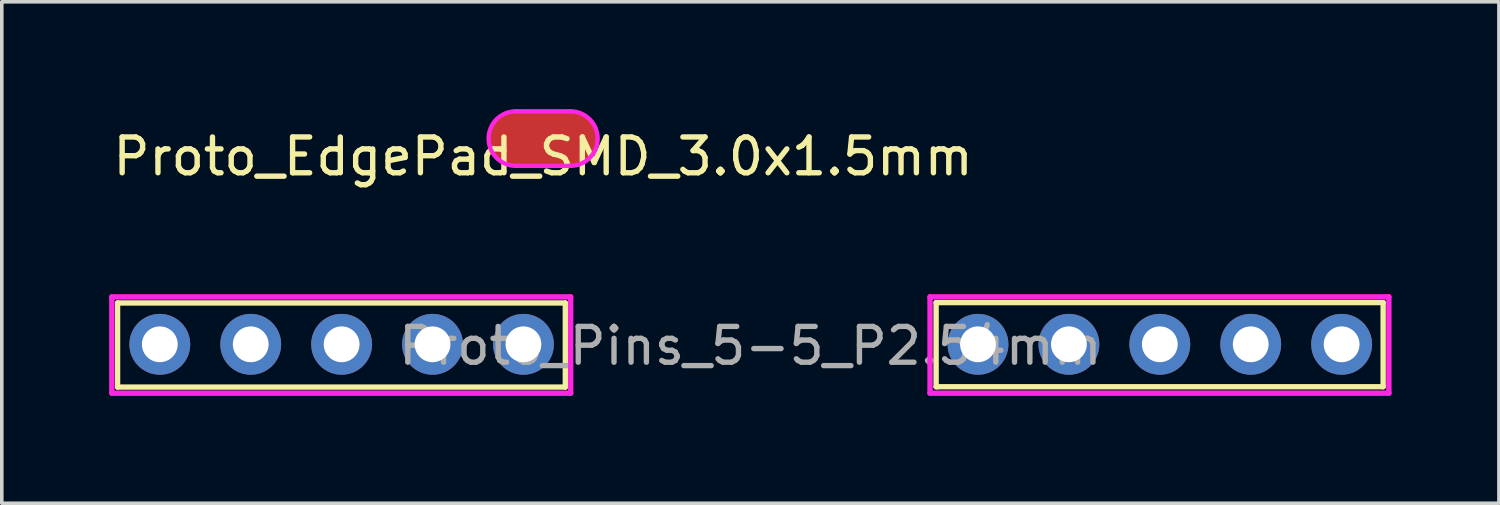
<source format=kicad_pcb>
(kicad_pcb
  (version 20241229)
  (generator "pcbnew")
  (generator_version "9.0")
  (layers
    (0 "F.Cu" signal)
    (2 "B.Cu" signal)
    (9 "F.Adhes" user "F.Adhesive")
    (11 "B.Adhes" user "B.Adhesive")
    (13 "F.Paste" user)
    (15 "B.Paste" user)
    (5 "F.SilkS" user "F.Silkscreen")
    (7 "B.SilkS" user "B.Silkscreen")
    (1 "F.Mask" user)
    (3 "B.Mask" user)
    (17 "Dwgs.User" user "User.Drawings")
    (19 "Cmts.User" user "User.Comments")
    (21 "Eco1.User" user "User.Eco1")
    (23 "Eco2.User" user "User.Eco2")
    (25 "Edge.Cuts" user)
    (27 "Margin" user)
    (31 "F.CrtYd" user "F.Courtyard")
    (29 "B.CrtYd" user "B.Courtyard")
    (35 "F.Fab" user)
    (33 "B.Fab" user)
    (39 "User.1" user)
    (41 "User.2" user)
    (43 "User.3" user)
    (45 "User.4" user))
  (footprint "Proto_Pins_5-5_P2.54mm"
    (layer "F.Cu")
    (at 16.625 6.575)
    (property "Reference" "Proto_Pins_5-5_P2.54mm" (at 1.29 0.04 180) (layer "F.Fab") (effects (font (size 1 1) (thickness 0.15))))
    (attr through_hole)
    (fp_line (start -16.39 -1.16) (end -16.39 1.19) (stroke (width 0.15) (type solid)) (layer "F.SilkS"))
    (fp_line (start -16.39 -1.16) (end -3.88 -1.16) (stroke (width 0.15) (type solid)) (layer "F.SilkS"))
    (fp_line (start -3.88 -1.16) (end -3.88 1.19) (stroke (width 0.15) (type solid)) (layer "F.SilkS"))
    (fp_line (start -3.88 1.19) (end -16.39 1.19) (stroke (width 0.15) (type solid)) (layer "F.SilkS"))
    (fp_line (start 6.48 -1.17) (end 6.48 1.18) (stroke (width 0.15) (type solid)) (layer "F.SilkS"))
    (fp_line (start 6.48 -1.17) (end 18.97 -1.17) (stroke (width 0.15) (type solid)) (layer "F.SilkS"))
    (fp_line (start 6.48 1.18) (end 6.52 1.18) (stroke (width 0.15) (type solid)) (layer "F.SilkS"))
    (fp_line (start 18.97 -1.17) (end 18.97 1.18) (stroke (width 0.15) (type solid)) (layer "F.SilkS"))
    (fp_line (start 18.97 1.18) (end 6.52 1.18) (stroke (width 0.15) (type solid)) (layer "F.SilkS"))
    (fp_line (start -16.55 -1.33) (end -3.73 -1.33) (stroke (width 0.15) (type solid)) (layer "F.CrtYd"))
    (fp_line (start -16.55 1.36) (end -16.55 -1.33) (stroke (width 0.15) (type solid)) (layer "F.CrtYd"))
    (fp_line (start -3.73 -1.33) (end -3.73 1.36) (stroke (width 0.15) (type solid)) (layer "F.CrtYd"))
    (fp_line (start -3.73 1.36) (end -16.55 1.36) (stroke (width 0.15) (type solid)) (layer "F.CrtYd"))
    (fp_line (start 6.31 -1.33) (end 19.13 -1.33) (stroke (width 0.15) (type solid)) (layer "F.CrtYd"))
    (fp_line (start 6.31 1.36) (end 6.31 -1.33) (stroke (width 0.15) (type solid)) (layer "F.CrtYd"))
    (fp_line (start 19.13 -1.33) (end 19.13 1.36) (stroke (width 0.15) (type solid)) (layer "F.CrtYd"))
    (fp_line (start 19.13 1.36) (end 6.31 1.36) (stroke (width 0.15) (type solid)) (layer "F.CrtYd"))
    (pad "1" thru_hole oval (at -15.21 -0.005 90) (size 1.7 1.7) (drill 1) (layers "*.Cu" "*.Mask"))
    (pad "1" thru_hole oval (at -12.67 -0.005 90) (size 1.7 1.7) (drill 1) (layers "*.Cu" "*.Mask"))
    (pad "1" thru_hole oval (at -10.13 -0.005 90) (size 1.7 1.7) (drill 1) (layers "*.Cu" "*.Mask"))
    (pad "1" thru_hole oval (at -7.59 -0.005 90) (size 1.7 1.7) (drill 1) (layers "*.Cu" "*.Mask"))
    (pad "1" thru_hole oval (at -5.05 -0.005 90) (size 1.7 1.7) (drill 1) (layers "*.Cu" "*.Mask"))
    (pad "2" thru_hole oval (at 7.65 -0.005 90) (size 1.7 1.7) (drill 1) (layers "*.Cu" "*.Mask"))
    (pad "2" thru_hole oval (at 10.19 -0.005 90) (size 1.7 1.7) (drill 1) (layers "*.Cu" "*.Mask"))
    (pad "2" thru_hole oval (at 12.73 -0.005 90) (size 1.7 1.7) (drill 1) (layers "*.Cu" "*.Mask"))
    (pad "2" thru_hole oval (at 15.27 -0.005 90) (size 1.7 1.7) (drill 1) (layers "*.Cu" "*.Mask"))
    (pad "2" thru_hole oval (at 17.81 -0.005 90) (size 1.7 1.7) (drill 1) (layers "*.Cu" "*.Mask")))
  (footprint "Proto_EdgePad_SMD_3.0x1.5mm"
    (layer "F.Cu")
    (at 12.125 0.822)
    (property "Reference" "Proto_EdgePad_SMD_3.0x1.5mm" (at 0 0.5 0) (layer "F.SilkS") (effects (font (size 1 1) (thickness 0.15))))
    (attr through_hole)
    (fp_line (start -0.762 0.762) (end 0.762 0.762) (stroke (width 0.12) (type solid)) (layer "F.CrtYd"))
    (fp_line (start 0.762 -0.762) (end -0.762 -0.762) (stroke (width 0.12) (type solid)) (layer "F.CrtYd"))
    (fp_arc (start -0.762 0.762) (mid -1.524 0) (end -0.762 -0.762) (stroke (width 0.12) (type solid)) (layer "F.CrtYd"))
    (fp_arc (start 0.762 -0.762) (mid 1.524 0) (end 0.762 0.762) (stroke (width 0.12) (type solid)) (layer "F.CrtYd"))
    (pad "1" smd oval (at 0 0) (size 3.048 1.524) (layers "F.Cu" "F.Mask" "F.Paste")))
  (gr_rect
    (start -3 -3)
    (end 38.83 11.01)
    (stroke (width 0.1) (type default))
    (fill no)
    (layer "Edge.Cuts")))
</source>
